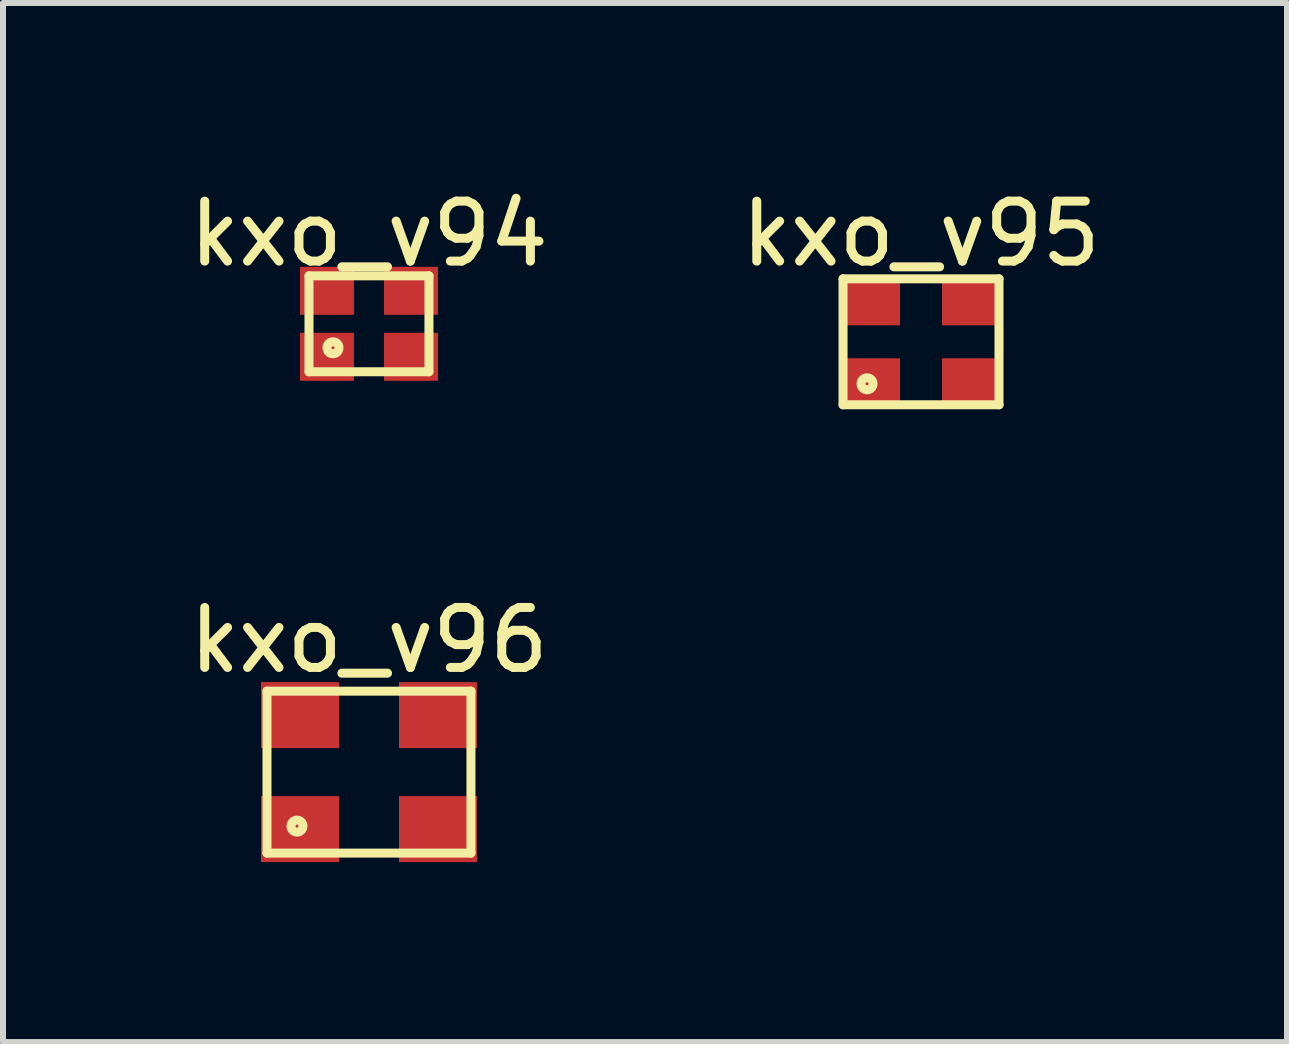
<source format=kicad_pcb>
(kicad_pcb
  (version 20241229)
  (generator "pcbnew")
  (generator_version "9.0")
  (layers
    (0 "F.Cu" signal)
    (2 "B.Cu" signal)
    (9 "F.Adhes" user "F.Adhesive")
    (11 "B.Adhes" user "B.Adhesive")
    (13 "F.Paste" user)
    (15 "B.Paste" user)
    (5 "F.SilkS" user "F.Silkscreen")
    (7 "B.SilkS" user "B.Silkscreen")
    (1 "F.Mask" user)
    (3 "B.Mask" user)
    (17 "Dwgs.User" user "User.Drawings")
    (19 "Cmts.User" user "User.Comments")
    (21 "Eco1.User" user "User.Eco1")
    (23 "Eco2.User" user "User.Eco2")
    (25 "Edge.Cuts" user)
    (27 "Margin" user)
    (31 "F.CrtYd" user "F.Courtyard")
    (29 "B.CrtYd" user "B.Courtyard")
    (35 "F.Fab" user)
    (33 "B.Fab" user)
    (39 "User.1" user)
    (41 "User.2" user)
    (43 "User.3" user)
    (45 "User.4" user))
  (footprint "kxo_v96"
    (layer "F.Cu")
    (at 3.101 9.822)
    (property "Reference" "kxo_v96" (at 0 -2.2 0) (layer "F.SilkS") (effects (font (size 1 1) (thickness 0.15))))
    (attr through_hole)
    (fp_line (start -1.7 -1.35) (end 1.7 -1.35) (stroke (width 0.15) (type solid)) (layer "F.SilkS"))
    (fp_line (start -1.7 1.35) (end -1.7 -1.35) (stroke (width 0.15) (type solid)) (layer "F.SilkS"))
    (fp_line (start 1.7 -1.35) (end 1.7 1.35) (stroke (width 0.15) (type solid)) (layer "F.SilkS"))
    (fp_line (start 1.7 1.35) (end -1.7 1.35) (stroke (width 0.15) (type solid)) (layer "F.SilkS"))
    (fp_circle (center -1.2 0.9) (end -1.1 0.9) (stroke (width 0.15) (type solid)) (fill no) (layer "F.SilkS"))
    (pad "1" smd rect (at -1.15 0.95) (size 1.3 1.1) (layers "F.Cu" "F.Mask" "F.Paste"))
    (pad "2" smd rect (at 1.15 0.95) (size 1.3 1.1) (layers "F.Cu" "F.Mask" "F.Paste"))
    (pad "3" smd rect (at 1.15 -0.95) (size 1.3 1.1) (layers "F.Cu" "F.Mask" "F.Paste"))
    (pad "4" smd rect (at -1.15 -0.95) (size 1.3 1.1) (layers "F.Cu" "F.Mask" "F.Paste")))
  (footprint "kxo_v95"
    (layer "F.Cu")
    (at 12.304 2.648)
    (property "Reference" "kxo_v95" (at 0 -1.8 0) (layer "F.SilkS") (effects (font (size 1 1) (thickness 0.15))))
    (attr through_hole)
    (fp_line (start -1.3 -1.05) (end 1.3 -1.05) (stroke (width 0.15) (type solid)) (layer "F.SilkS"))
    (fp_line (start -1.3 1.05) (end -1.3 -1.05) (stroke (width 0.15) (type solid)) (layer "F.SilkS"))
    (fp_line (start 1.3 -1.05) (end 1.3 1.05) (stroke (width 0.15) (type solid)) (layer "F.SilkS"))
    (fp_line (start 1.3 1.05) (end -1.3 1.05) (stroke (width 0.15) (type solid)) (layer "F.SilkS"))
    (fp_circle (center -0.9 0.7) (end -0.8 0.7) (stroke (width 0.15) (type solid)) (fill no) (layer "F.SilkS"))
    (pad "1" smd rect (at -0.85 0.675) (size 1 0.8) (layers "F.Cu" "F.Mask" "F.Paste"))
    (pad "2" smd rect (at 0.85 0.675) (size 1 0.8) (layers "F.Cu" "F.Mask" "F.Paste"))
    (pad "3" smd rect (at 0.85 -0.675) (size 1 0.8) (layers "F.Cu" "F.Mask" "F.Paste"))
    (pad "4" smd rect (at -0.85 -0.675) (size 1 0.8) (layers "F.Cu" "F.Mask" "F.Paste")))
  (footprint "kxo_v94"
    (layer "F.Cu")
    (at 3.101 2.348)
    (property "Reference" "kxo_v94" (at 0 -1.5 0) (layer "F.SilkS") (effects (font (size 1 1) (thickness 0.15))))
    (attr through_hole)
    (fp_line (start -1 -0.8) (end 1 -0.8) (stroke (width 0.15) (type solid)) (layer "F.SilkS"))
    (fp_line (start -1 0.8) (end -1 -0.8) (stroke (width 0.15) (type solid)) (layer "F.SilkS"))
    (fp_line (start 1 -0.8) (end 1 0.8) (stroke (width 0.15) (type solid)) (layer "F.SilkS"))
    (fp_line (start 1 0.8) (end -1 0.8) (stroke (width 0.15) (type solid)) (layer "F.SilkS"))
    (fp_circle (center -0.6 0.4) (end -0.5 0.4) (stroke (width 0.15) (type solid)) (fill no) (layer "F.SilkS"))
    (pad "1" smd rect (at -0.7 0.55) (size 0.9 0.8) (layers "F.Cu" "F.Mask" "F.Paste"))
    (pad "2" smd rect (at 0.7 0.55) (size 0.9 0.8) (layers "F.Cu" "F.Mask" "F.Paste"))
    (pad "3" smd rect (at 0.7 -0.55) (size 0.9 0.8) (layers "F.Cu" "F.Mask" "F.Paste"))
    (pad "4" smd rect (at -0.7 -0.55) (size 0.9 0.8) (layers "F.Cu" "F.Mask" "F.Paste")))
  (gr_rect
    (start -3 -3)
    (end 18.405 14.322)
    (stroke (width 0.1) (type default))
    (fill no)
    (layer "Edge.Cuts")))
</source>
